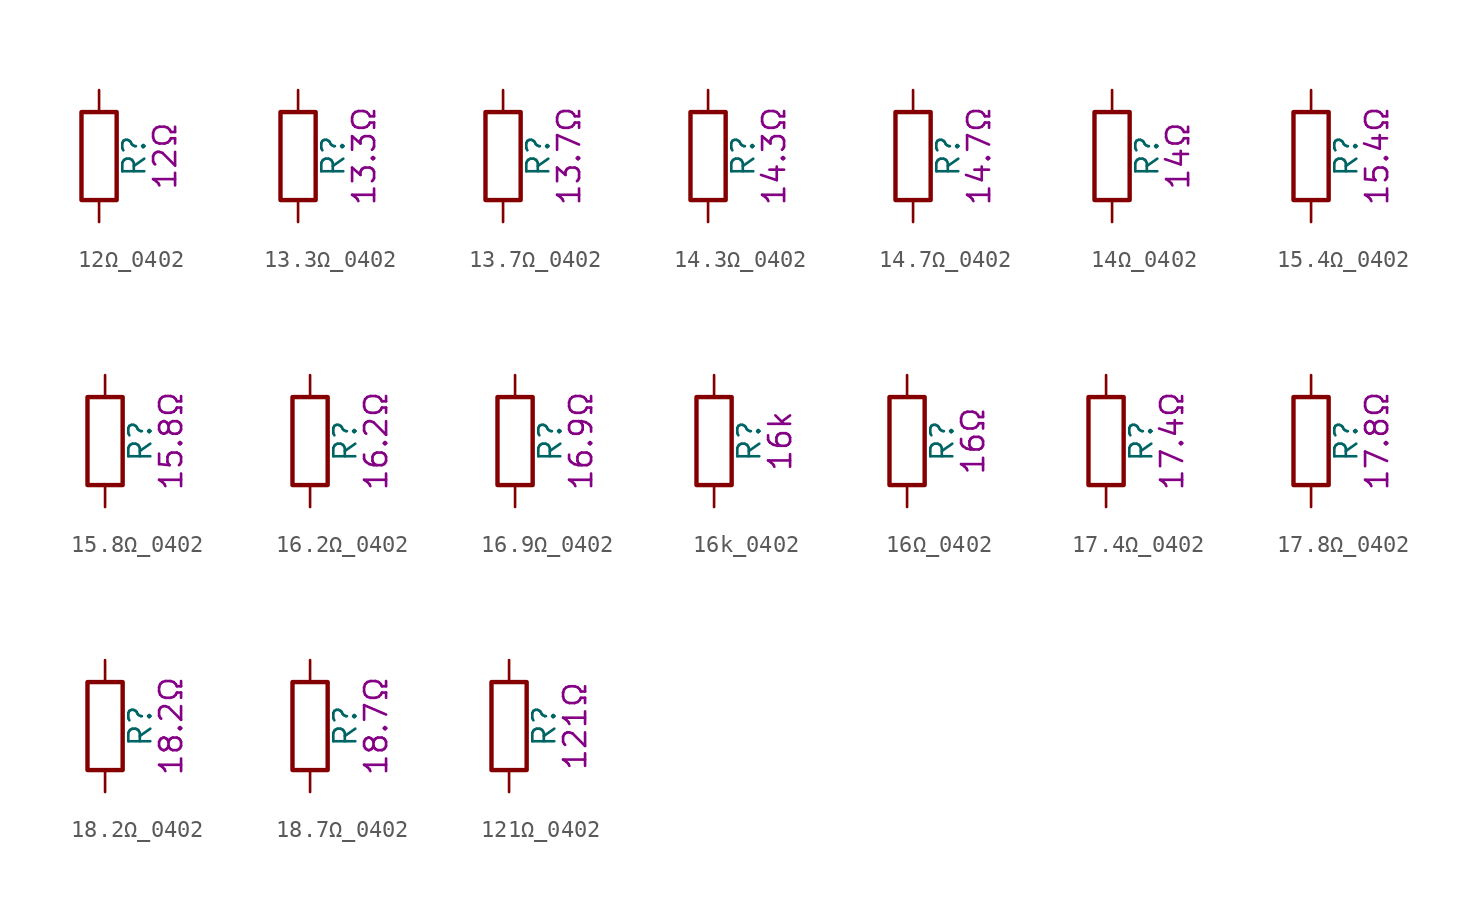
<source format=kicad_sym>
(kicad_symbol_lib
  (version 20211014)
  (generator kicad_symbol_editor)
  (symbol "12Ω_0402"
    (pin_numbers hide)
    (pin_names
      (offset 0))
    (property "Reference" "R"
      (at 2.032 0 90)
      (effects (font (size 1.27 1.27))))
    (property "Display" "12Ω"
      (at 3.81 0 90)
      (effects (font (size 1.27 1.27))))
    (symbol "12Ω_0402_0_1"
      (rectangle (start -1.016 -2.54) (end 1.016 2.54) (stroke (width 0.254) (type default) (color 0 0 0 0)) (fill (type none))))
    (symbol "12Ω_0402_1_1"
      (pin passive line (at 0 3.81 270) (length 1.27) (name "~" (effects (font (size 1.27 1.27)))) (number "1" (effects (font (size 1.27 1.27)))))
      (pin passive line (at 0 -3.81 90) (length 1.27) (name "~" (effects (font (size 1.27 1.27)))) (number "2" (effects (font (size 1.27 1.27)))))))
  (symbol "13.3Ω_0402"
    (pin_numbers hide)
    (pin_names
      (offset 0))
    (property "Reference" "R"
      (at 2.032 0 90)
      (effects (font (size 1.27 1.27))))
    (property "Display" "13.3Ω"
      (at 3.81 0 90)
      (effects (font (size 1.27 1.27))))
    (symbol "13.3Ω_0402_0_1"
      (rectangle (start -1.016 -2.54) (end 1.016 2.54) (stroke (width 0.254) (type default) (color 0 0 0 0)) (fill (type none))))
    (symbol "13.3Ω_0402_1_1"
      (pin passive line (at 0 3.81 270) (length 1.27) (name "~" (effects (font (size 1.27 1.27)))) (number "1" (effects (font (size 1.27 1.27)))))
      (pin passive line (at 0 -3.81 90) (length 1.27) (name "~" (effects (font (size 1.27 1.27)))) (number "2" (effects (font (size 1.27 1.27)))))))
  (symbol "13.7Ω_0402"
    (pin_numbers hide)
    (pin_names
      (offset 0))
    (property "Reference" "R"
      (at 2.032 0 90)
      (effects (font (size 1.27 1.27))))
    (property "Display" "13.7Ω"
      (at 3.81 0 90)
      (effects (font (size 1.27 1.27))))
    (symbol "13.7Ω_0402_0_1"
      (rectangle (start -1.016 -2.54) (end 1.016 2.54) (stroke (width 0.254) (type default) (color 0 0 0 0)) (fill (type none))))
    (symbol "13.7Ω_0402_1_1"
      (pin passive line (at 0 3.81 270) (length 1.27) (name "~" (effects (font (size 1.27 1.27)))) (number "1" (effects (font (size 1.27 1.27)))))
      (pin passive line (at 0 -3.81 90) (length 1.27) (name "~" (effects (font (size 1.27 1.27)))) (number "2" (effects (font (size 1.27 1.27)))))))
  (symbol "14.3Ω_0402"
    (pin_numbers hide)
    (pin_names
      (offset 0))
    (property "Reference" "R"
      (at 2.032 0 90)
      (effects (font (size 1.27 1.27))))
    (property "Display" "14.3Ω"
      (at 3.81 0 90)
      (effects (font (size 1.27 1.27))))
    (symbol "14.3Ω_0402_0_1"
      (rectangle (start -1.016 -2.54) (end 1.016 2.54) (stroke (width 0.254) (type default) (color 0 0 0 0)) (fill (type none))))
    (symbol "14.3Ω_0402_1_1"
      (pin passive line (at 0 3.81 270) (length 1.27) (name "~" (effects (font (size 1.27 1.27)))) (number "1" (effects (font (size 1.27 1.27)))))
      (pin passive line (at 0 -3.81 90) (length 1.27) (name "~" (effects (font (size 1.27 1.27)))) (number "2" (effects (font (size 1.27 1.27)))))))
  (symbol "14.7Ω_0402"
    (pin_numbers hide)
    (pin_names
      (offset 0))
    (property "Reference" "R"
      (at 2.032 0 90)
      (effects (font (size 1.27 1.27))))
    (property "Display" "14.7Ω"
      (at 3.81 0 90)
      (effects (font (size 1.27 1.27))))
    (symbol "14.7Ω_0402_0_1"
      (rectangle (start -1.016 -2.54) (end 1.016 2.54) (stroke (width 0.254) (type default) (color 0 0 0 0)) (fill (type none))))
    (symbol "14.7Ω_0402_1_1"
      (pin passive line (at 0 3.81 270) (length 1.27) (name "~" (effects (font (size 1.27 1.27)))) (number "1" (effects (font (size 1.27 1.27)))))
      (pin passive line (at 0 -3.81 90) (length 1.27) (name "~" (effects (font (size 1.27 1.27)))) (number "2" (effects (font (size 1.27 1.27)))))))
  (symbol "14Ω_0402"
    (pin_numbers hide)
    (pin_names
      (offset 0))
    (property "Reference" "R"
      (at 2.032 0 90)
      (effects (font (size 1.27 1.27))))
    (property "Display" "14Ω"
      (at 3.81 0 90)
      (effects (font (size 1.27 1.27))))
    (symbol "14Ω_0402_0_1"
      (rectangle (start -1.016 -2.54) (end 1.016 2.54) (stroke (width 0.254) (type default) (color 0 0 0 0)) (fill (type none))))
    (symbol "14Ω_0402_1_1"
      (pin passive line (at 0 3.81 270) (length 1.27) (name "~" (effects (font (size 1.27 1.27)))) (number "1" (effects (font (size 1.27 1.27)))))
      (pin passive line (at 0 -3.81 90) (length 1.27) (name "~" (effects (font (size 1.27 1.27)))) (number "2" (effects (font (size 1.27 1.27)))))))
  (symbol "15.4Ω_0402"
    (pin_numbers hide)
    (pin_names
      (offset 0))
    (property "Reference" "R"
      (at 2.032 0 90)
      (effects (font (size 1.27 1.27))))
    (property "Display" "15.4Ω"
      (at 3.81 0 90)
      (effects (font (size 1.27 1.27))))
    (symbol "15.4Ω_0402_0_1"
      (rectangle (start -1.016 -2.54) (end 1.016 2.54) (stroke (width 0.254) (type default) (color 0 0 0 0)) (fill (type none))))
    (symbol "15.4Ω_0402_1_1"
      (pin passive line (at 0 3.81 270) (length 1.27) (name "~" (effects (font (size 1.27 1.27)))) (number "1" (effects (font (size 1.27 1.27)))))
      (pin passive line (at 0 -3.81 90) (length 1.27) (name "~" (effects (font (size 1.27 1.27)))) (number "2" (effects (font (size 1.27 1.27)))))))
  (symbol "15.8Ω_0402"
    (pin_numbers hide)
    (pin_names
      (offset 0))
    (property "Reference" "R"
      (at 2.032 0 90)
      (effects (font (size 1.27 1.27))))
    (property "Display" "15.8Ω"
      (at 3.81 0 90)
      (effects (font (size 1.27 1.27))))
    (symbol "15.8Ω_0402_0_1"
      (rectangle (start -1.016 -2.54) (end 1.016 2.54) (stroke (width 0.254) (type default) (color 0 0 0 0)) (fill (type none))))
    (symbol "15.8Ω_0402_1_1"
      (pin passive line (at 0 3.81 270) (length 1.27) (name "~" (effects (font (size 1.27 1.27)))) (number "1" (effects (font (size 1.27 1.27)))))
      (pin passive line (at 0 -3.81 90) (length 1.27) (name "~" (effects (font (size 1.27 1.27)))) (number "2" (effects (font (size 1.27 1.27)))))))
  (symbol "16.2Ω_0402"
    (pin_numbers hide)
    (pin_names
      (offset 0))
    (property "Reference" "R"
      (at 2.032 0 90)
      (effects (font (size 1.27 1.27))))
    (property "Display" "16.2Ω"
      (at 3.81 0 90)
      (effects (font (size 1.27 1.27))))
    (symbol "16.2Ω_0402_0_1"
      (rectangle (start -1.016 -2.54) (end 1.016 2.54) (stroke (width 0.254) (type default) (color 0 0 0 0)) (fill (type none))))
    (symbol "16.2Ω_0402_1_1"
      (pin passive line (at 0 3.81 270) (length 1.27) (name "~" (effects (font (size 1.27 1.27)))) (number "1" (effects (font (size 1.27 1.27)))))
      (pin passive line (at 0 -3.81 90) (length 1.27) (name "~" (effects (font (size 1.27 1.27)))) (number "2" (effects (font (size 1.27 1.27)))))))
  (symbol "16.9Ω_0402"
    (pin_numbers hide)
    (pin_names
      (offset 0))
    (property "Reference" "R"
      (at 2.032 0 90)
      (effects (font (size 1.27 1.27))))
    (property "Display" "16.9Ω"
      (at 3.81 0 90)
      (effects (font (size 1.27 1.27))))
    (symbol "16.9Ω_0402_0_1"
      (rectangle (start -1.016 -2.54) (end 1.016 2.54) (stroke (width 0.254) (type default) (color 0 0 0 0)) (fill (type none))))
    (symbol "16.9Ω_0402_1_1"
      (pin passive line (at 0 3.81 270) (length 1.27) (name "~" (effects (font (size 1.27 1.27)))) (number "1" (effects (font (size 1.27 1.27)))))
      (pin passive line (at 0 -3.81 90) (length 1.27) (name "~" (effects (font (size 1.27 1.27)))) (number "2" (effects (font (size 1.27 1.27)))))))
  (symbol "16k_0402"
    (pin_numbers hide)
    (pin_names
      (offset 0))
    (property "Reference" "R"
      (at 2.032 0 90)
      (effects (font (size 1.27 1.27))))
    (property "Display" "16k"
      (at 3.81 0 90)
      (effects (font (size 1.27 1.27))))
    (symbol "16k_0402_0_1"
      (rectangle (start -1.016 -2.54) (end 1.016 2.54) (stroke (width 0.254) (type default) (color 0 0 0 0)) (fill (type none))))
    (symbol "16k_0402_1_1"
      (pin passive line (at 0 3.81 270) (length 1.27) (name "~" (effects (font (size 1.27 1.27)))) (number "1" (effects (font (size 1.27 1.27)))))
      (pin passive line (at 0 -3.81 90) (length 1.27) (name "~" (effects (font (size 1.27 1.27)))) (number "2" (effects (font (size 1.27 1.27)))))))
  (symbol "16Ω_0402"
    (pin_numbers hide)
    (pin_names
      (offset 0))
    (property "Reference" "R"
      (at 2.032 0 90)
      (effects (font (size 1.27 1.27))))
    (property "Display" "16Ω"
      (at 3.81 0 90)
      (effects (font (size 1.27 1.27))))
    (symbol "16Ω_0402_0_1"
      (rectangle (start -1.016 -2.54) (end 1.016 2.54) (stroke (width 0.254) (type default) (color 0 0 0 0)) (fill (type none))))
    (symbol "16Ω_0402_1_1"
      (pin passive line (at 0 3.81 270) (length 1.27) (name "~" (effects (font (size 1.27 1.27)))) (number "1" (effects (font (size 1.27 1.27)))))
      (pin passive line (at 0 -3.81 90) (length 1.27) (name "~" (effects (font (size 1.27 1.27)))) (number "2" (effects (font (size 1.27 1.27)))))))
  (symbol "17.4Ω_0402"
    (pin_numbers hide)
    (pin_names
      (offset 0))
    (property "Reference" "R"
      (at 2.032 0 90)
      (effects (font (size 1.27 1.27))))
    (property "Display" "17.4Ω"
      (at 3.81 0 90)
      (effects (font (size 1.27 1.27))))
    (symbol "17.4Ω_0402_0_1"
      (rectangle (start -1.016 -2.54) (end 1.016 2.54) (stroke (width 0.254) (type default) (color 0 0 0 0)) (fill (type none))))
    (symbol "17.4Ω_0402_1_1"
      (pin passive line (at 0 3.81 270) (length 1.27) (name "~" (effects (font (size 1.27 1.27)))) (number "1" (effects (font (size 1.27 1.27)))))
      (pin passive line (at 0 -3.81 90) (length 1.27) (name "~" (effects (font (size 1.27 1.27)))) (number "2" (effects (font (size 1.27 1.27)))))))
  (symbol "17.8Ω_0402"
    (pin_numbers hide)
    (pin_names
      (offset 0))
    (property "Reference" "R"
      (at 2.032 0 90)
      (effects (font (size 1.27 1.27))))
    (property "Display" "17.8Ω"
      (at 3.81 0 90)
      (effects (font (size 1.27 1.27))))
    (symbol "17.8Ω_0402_0_1"
      (rectangle (start -1.016 -2.54) (end 1.016 2.54) (stroke (width 0.254) (type default) (color 0 0 0 0)) (fill (type none))))
    (symbol "17.8Ω_0402_1_1"
      (pin passive line (at 0 3.81 270) (length 1.27) (name "~" (effects (font (size 1.27 1.27)))) (number "1" (effects (font (size 1.27 1.27)))))
      (pin passive line (at 0 -3.81 90) (length 1.27) (name "~" (effects (font (size 1.27 1.27)))) (number "2" (effects (font (size 1.27 1.27)))))))
  (symbol "18.2Ω_0402"
    (pin_numbers hide)
    (pin_names
      (offset 0))
    (property "Reference" "R"
      (at 2.032 0 90)
      (effects (font (size 1.27 1.27))))
    (property "Display" "18.2Ω"
      (at 3.81 0 90)
      (effects (font (size 1.27 1.27))))
    (symbol "18.2Ω_0402_0_1"
      (rectangle (start -1.016 -2.54) (end 1.016 2.54) (stroke (width 0.254) (type default) (color 0 0 0 0)) (fill (type none))))
    (symbol "18.2Ω_0402_1_1"
      (pin passive line (at 0 3.81 270) (length 1.27) (name "~" (effects (font (size 1.27 1.27)))) (number "1" (effects (font (size 1.27 1.27)))))
      (pin passive line (at 0 -3.81 90) (length 1.27) (name "~" (effects (font (size 1.27 1.27)))) (number "2" (effects (font (size 1.27 1.27)))))))
  (symbol "18.7Ω_0402"
    (pin_numbers hide)
    (pin_names
      (offset 0))
    (property "Reference" "R"
      (at 2.032 0 90)
      (effects (font (size 1.27 1.27))))
    (property "Display" "18.7Ω"
      (at 3.81 0 90)
      (effects (font (size 1.27 1.27))))
    (symbol "18.7Ω_0402_0_1"
      (rectangle (start -1.016 -2.54) (end 1.016 2.54) (stroke (width 0.254) (type default) (color 0 0 0 0)) (fill (type none))))
    (symbol "18.7Ω_0402_1_1"
      (pin passive line (at 0 3.81 270) (length 1.27) (name "~" (effects (font (size 1.27 1.27)))) (number "1" (effects (font (size 1.27 1.27)))))
      (pin passive line (at 0 -3.81 90) (length 1.27) (name "~" (effects (font (size 1.27 1.27)))) (number "2" (effects (font (size 1.27 1.27)))))))
  (symbol "121Ω_0402"
    (pin_numbers hide)
    (pin_names
      (offset 0))
    (property "Reference" "R"
      (at 2.032 0 90)
      (effects (font (size 1.27 1.27))))
    (property "Display" "121Ω"
      (at 3.81 0 90)
      (effects (font (size 1.27 1.27))))
    (symbol "121Ω_0402_0_1"
      (rectangle (start -1.016 -2.54) (end 1.016 2.54) (stroke (width 0.254) (type default) (color 0 0 0 0)) (fill (type none))))
    (symbol "121Ω_0402_1_1"
      (pin passive line (at 0 3.81 270) (length 1.27) (name "~" (effects (font (size 1.27 1.27)))) (number "1" (effects (font (size 1.27 1.27)))))
      (pin passive line (at 0 -3.81 90) (length 1.27) (name "~" (effects (font (size 1.27 1.27)))) (number "2" (effects (font (size 1.27 1.27))))))))
</source>
